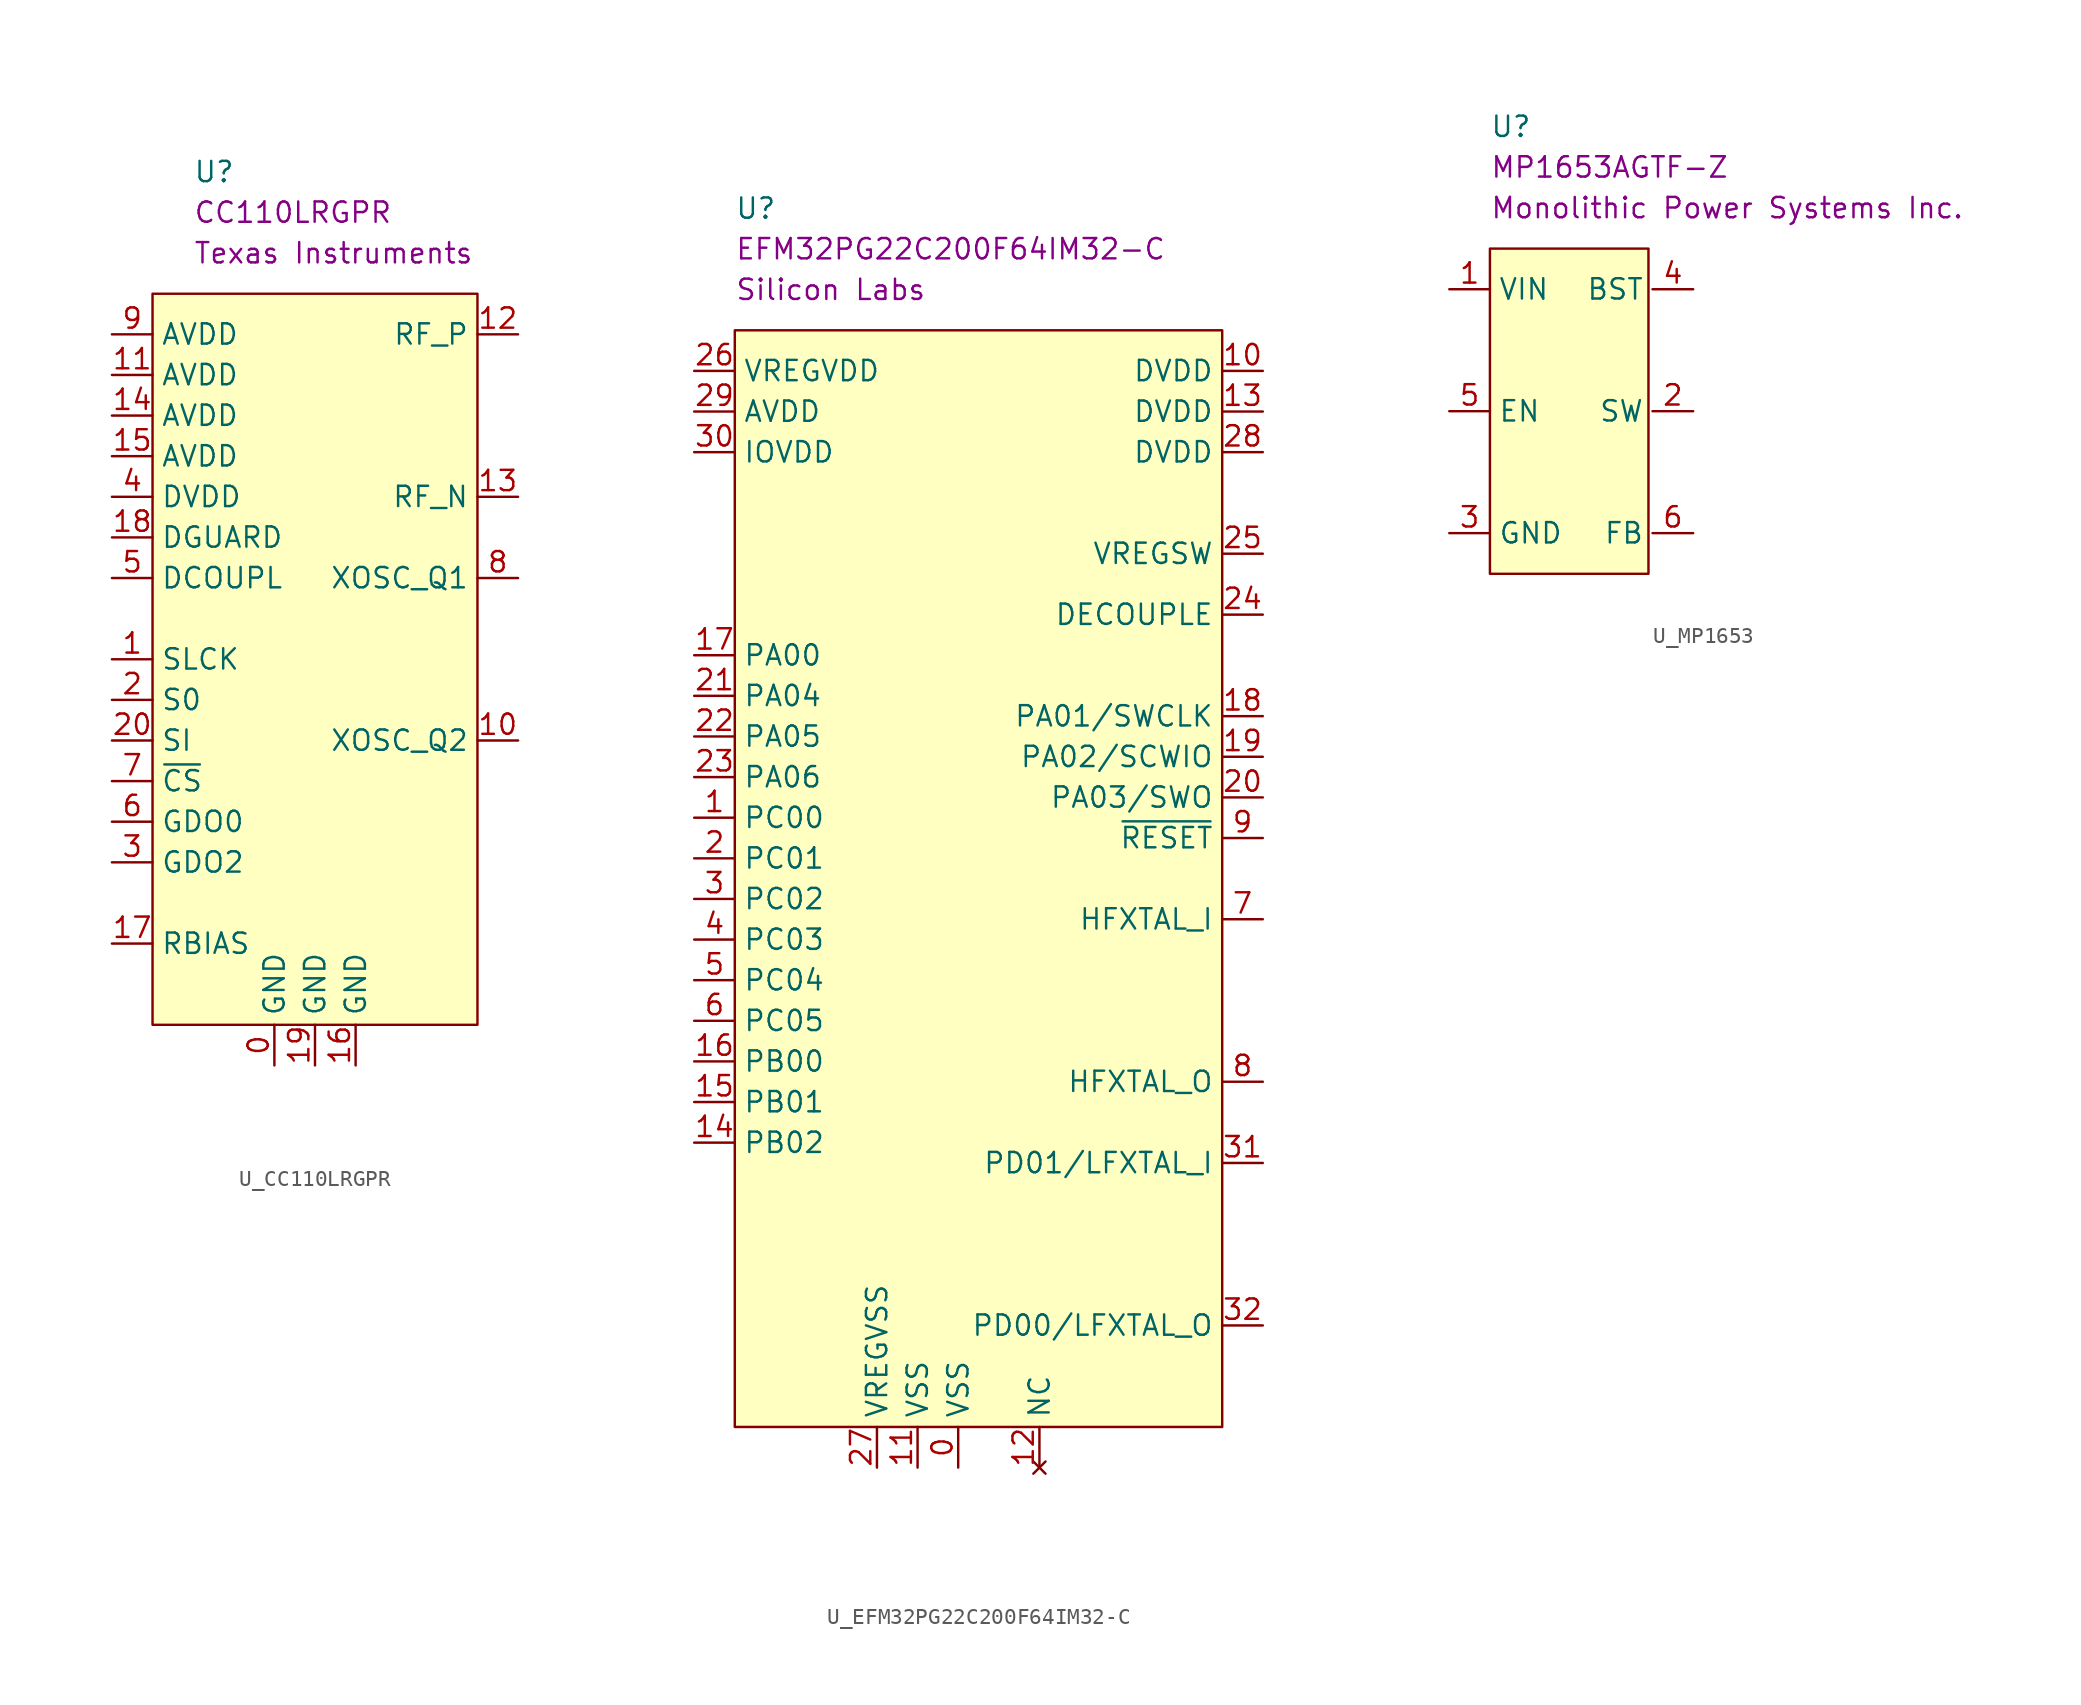
<source format=kicad_sym>
(kicad_symbol_lib
  (version 20231120)
  (generator "kicad_symbol_editor")
  (generator_version "8.0")
  (symbol "U_CC110LRGPR"
    (property "Reference" "U"
      (at -7.62 33.02 0)
      (effects (font (size 1.27 1.27)) (justify left)))
    (property "Manufacturer" "Texas Instruments"
      (at -7.62 27.94 0)
      (effects (font (size 1.27 1.27)) (justify left)))
    (property "Manufacturer Part Number" "CC110LRGPR"
      (at -7.62 30.48 0)
      (effects (font (size 1.27 1.27)) (justify left)))
    (symbol "U_CC110LRGPR_0_0"
      (pin input line (at -12.7 2.54 0) (length 2.54) (name "SLCK" (effects (font (size 1.27 1.27)))) (number "1" (effects (font (size 1.27 1.27)))))
      (pin input line (at -12.7 20.32 0) (length 2.54) (name "AVDD" (effects (font (size 1.27 1.27)))) (number "11" (effects (font (size 1.27 1.27)))))
      (pin passive line (at 12.7 22.86 180) (length 2.54) (name "RF_P" (effects (font (size 1.27 1.27)))) (number "12" (effects (font (size 1.27 1.27)))))
      (pin passive line (at 12.7 12.7 180) (length 2.54) (name "RF_N" (effects (font (size 1.27 1.27)))) (number "13" (effects (font (size 1.27 1.27)))))
      (pin input line (at -12.7 17.78 0) (length 2.54) (name "AVDD" (effects (font (size 1.27 1.27)))) (number "14" (effects (font (size 1.27 1.27)))))
      (pin input line (at -12.7 15.24 0) (length 2.54) (name "AVDD" (effects (font (size 1.27 1.27)))) (number "15" (effects (font (size 1.27 1.27)))))
      (pin passive line (at -12.7 -15.24 0) (length 2.54) (name "RBIAS" (effects (font (size 1.27 1.27)))) (number "17" (effects (font (size 1.27 1.27)))))
      (pin passive line (at -12.7 10.16 0) (length 2.54) (name "DGUARD" (effects (font (size 1.27 1.27)))) (number "18" (effects (font (size 1.27 1.27)))))
      (pin tri_state line (at -12.7 0 0) (length 2.54) (name "S0" (effects (font (size 1.27 1.27)))) (number "2" (effects (font (size 1.27 1.27)))))
      (pin input line (at -12.7 -2.54 0) (length 2.54) (name "SI" (effects (font (size 1.27 1.27)))) (number "20" (effects (font (size 1.27 1.27)))))
      (pin output line (at -12.7 -10.16 0) (length 2.54) (name "GDO2" (effects (font (size 1.27 1.27)))) (number "3" (effects (font (size 1.27 1.27)))))
      (pin input line (at -12.7 12.7 0) (length 2.54) (name "DVDD" (effects (font (size 1.27 1.27)))) (number "4" (effects (font (size 1.27 1.27)))))
      (pin passive line (at -12.7 7.62 0) (length 2.54) (name "DCOUPL" (effects (font (size 1.27 1.27)))) (number "5" (effects (font (size 1.27 1.27)))))
      (pin output line (at -12.7 -7.62 0) (length 2.54) (name "GDO0" (effects (font (size 1.27 1.27)))) (number "6" (effects (font (size 1.27 1.27)))))
      (pin passive line (at 12.7 7.62 180) (length 2.54) (name "XOSC_Q1" (effects (font (size 1.27 1.27)))) (number "8" (effects (font (size 1.27 1.27)))))
      (pin input line (at -12.7 22.86 0) (length 2.54) (name "AVDD" (effects (font (size 1.27 1.27)))) (number "9" (effects (font (size 1.27 1.27))))))
    (symbol "U_CC110LRGPR_1_0"
      (pin power_in line (at -2.54 -22.86 90) (length 2.54) (name "GND" (effects (font (size 1.27 1.27)))) (number "0" (effects (font (size 1.27 1.27)))))
      (pin passive line (at 12.7 -2.54 180) (length 2.54) (name "XOSC_Q2" (effects (font (size 1.27 1.27)))) (number "10" (effects (font (size 1.27 1.27)))))
      (pin power_in line (at 2.54 -22.86 90) (length 2.54) (name "GND" (effects (font (size 1.27 1.27)))) (number "16" (effects (font (size 1.27 1.27)))))
      (pin power_in line (at 0 -22.86 90) (length 2.54) (name "GND" (effects (font (size 1.27 1.27)))) (number "19" (effects (font (size 1.27 1.27)))))
      (pin input line (at -12.7 -5.08 0) (length 2.54) (name "~{CS}" (effects (font (size 1.27 1.27)))) (number "7" (effects (font (size 1.27 1.27))))))
    (symbol "U_CC110LRGPR_1_1"
      (rectangle (start -10.16 25.4) (end 10.16 -20.32) (stroke (width 0) (type default)) (fill (type background)))))
  (symbol "U_EFM32PG22C200F64IM32-C"
    (property "Reference" "U"
      (at -15.24 40.64 0)
      (effects (font (size 1.27 1.27)) (justify left)))
    (property "Manufacturer" "Silicon Labs"
      (at -15.24 35.56 0)
      (effects (font (size 1.27 1.27)) (justify left)))
    (property "Manufacturer Part Number" "EFM32PG22C200F64IM32-C"
      (at -15.24 38.1 0)
      (effects (font (size 1.27 1.27)) (justify left)))
    (symbol "U_EFM32PG22C200F64IM32-C_0_0"
      (pin power_in line (at -1.27 -38.1 90) (length 2.54) (name "VSS" (effects (font (size 1.27 1.27)))) (number "0" (effects (font (size 1.27 1.27)))))
      (pin bidirectional line (at -17.78 2.54 0) (length 2.54) (name "PC00" (effects (font (size 1.27 1.27)))) (number "1" (effects (font (size 1.27 1.27)))))
      (pin input line (at 17.78 30.48 180) (length 2.54) (name "DVDD" (effects (font (size 1.27 1.27)))) (number "10" (effects (font (size 1.27 1.27)))))
      (pin power_in line (at -3.81 -38.1 90) (length 2.54) (name "VSS" (effects (font (size 1.27 1.27)))) (number "11" (effects (font (size 1.27 1.27)))))
      (pin input line (at 17.78 27.94 180) (length 2.54) (name "DVDD" (effects (font (size 1.27 1.27)))) (number "13" (effects (font (size 1.27 1.27)))))
      (pin bidirectional line (at -17.78 -17.78 0) (length 2.54) (name "PB02" (effects (font (size 1.27 1.27)))) (number "14" (effects (font (size 1.27 1.27)))))
      (pin bidirectional line (at -17.78 -15.24 0) (length 2.54) (name "PB01" (effects (font (size 1.27 1.27)))) (number "15" (effects (font (size 1.27 1.27)))))
      (pin bidirectional line (at -17.78 -12.7 0) (length 2.54) (name "PB00" (effects (font (size 1.27 1.27)))) (number "16" (effects (font (size 1.27 1.27)))))
      (pin bidirectional line (at -17.78 12.7 0) (length 2.54) (name "PA00" (effects (font (size 1.27 1.27)))) (number "17" (effects (font (size 1.27 1.27)))))
      (pin bidirectional line (at 17.78 8.89 180) (length 2.54) (name "PA01/SWCLK" (effects (font (size 1.27 1.27)))) (number "18" (effects (font (size 1.27 1.27)))))
      (pin bidirectional line (at 17.78 6.35 180) (length 2.54) (name "PA02/SCWIO" (effects (font (size 1.27 1.27)))) (number "19" (effects (font (size 1.27 1.27)))))
      (pin bidirectional line (at -17.78 0 0) (length 2.54) (name "PC01" (effects (font (size 1.27 1.27)))) (number "2" (effects (font (size 1.27 1.27)))))
      (pin bidirectional line (at 17.78 3.81 180) (length 2.54) (name "PA03/SWO" (effects (font (size 1.27 1.27)))) (number "20" (effects (font (size 1.27 1.27)))))
      (pin bidirectional line (at -17.78 10.16 0) (length 2.54) (name "PA04" (effects (font (size 1.27 1.27)))) (number "21" (effects (font (size 1.27 1.27)))))
      (pin bidirectional line (at -17.78 7.62 0) (length 2.54) (name "PA05" (effects (font (size 1.27 1.27)))) (number "22" (effects (font (size 1.27 1.27)))))
      (pin bidirectional line (at -17.78 5.08 0) (length 2.54) (name "PA06" (effects (font (size 1.27 1.27)))) (number "23" (effects (font (size 1.27 1.27)))))
      (pin passive line (at 17.78 15.24 180) (length 2.54) (name "DECOUPLE" (effects (font (size 1.27 1.27)))) (number "24" (effects (font (size 1.27 1.27)))))
      (pin output line (at 17.78 19.05 180) (length 2.54) (name "VREGSW" (effects (font (size 1.27 1.27)))) (number "25" (effects (font (size 1.27 1.27)))))
      (pin input line (at -17.78 30.48 0) (length 2.54) (name "VREGVDD" (effects (font (size 1.27 1.27)))) (number "26" (effects (font (size 1.27 1.27)))))
      (pin power_in line (at -6.35 -38.1 90) (length 2.54) (name "VREGVSS" (effects (font (size 1.27 1.27)))) (number "27" (effects (font (size 1.27 1.27)))))
      (pin input line (at 17.78 25.4 180) (length 2.54) (name "DVDD" (effects (font (size 1.27 1.27)))) (number "28" (effects (font (size 1.27 1.27)))))
      (pin input line (at -17.78 27.94 0) (length 2.54) (name "AVDD" (effects (font (size 1.27 1.27)))) (number "29" (effects (font (size 1.27 1.27)))))
      (pin bidirectional line (at -17.78 -2.54 0) (length 2.54) (name "PC02" (effects (font (size 1.27 1.27)))) (number "3" (effects (font (size 1.27 1.27)))))
      (pin input line (at -17.78 25.4 0) (length 2.54) (name "IOVDD" (effects (font (size 1.27 1.27)))) (number "30" (effects (font (size 1.27 1.27)))))
      (pin bidirectional line (at 17.78 -19.05 180) (length 2.54) (name "PD01/LFXTAL_I" (effects (font (size 1.27 1.27)))) (number "31" (effects (font (size 1.27 1.27)))))
      (pin bidirectional line (at 17.78 -29.21 180) (length 2.54) (name "PD00/LFXTAL_O" (effects (font (size 1.27 1.27)))) (number "32" (effects (font (size 1.27 1.27)))))
      (pin bidirectional line (at -17.78 -5.08 0) (length 2.54) (name "PC03" (effects (font (size 1.27 1.27)))) (number "4" (effects (font (size 1.27 1.27)))))
      (pin bidirectional line (at -17.78 -7.62 0) (length 2.54) (name "PC04" (effects (font (size 1.27 1.27)))) (number "5" (effects (font (size 1.27 1.27)))))
      (pin bidirectional line (at -17.78 -10.16 0) (length 2.54) (name "PC05" (effects (font (size 1.27 1.27)))) (number "6" (effects (font (size 1.27 1.27)))))
      (pin passive line (at 17.78 -3.81 180) (length 2.54) (name "HFXTAL_I" (effects (font (size 1.27 1.27)))) (number "7" (effects (font (size 1.27 1.27)))))
      (pin passive line (at 17.78 -13.97 180) (length 2.54) (name "HFXTAL_O" (effects (font (size 1.27 1.27)))) (number "8" (effects (font (size 1.27 1.27)))))
      (pin input line (at 17.78 1.27 180) (length 2.54) (name "~{RESET}" (effects (font (size 1.27 1.27)))) (number "9" (effects (font (size 1.27 1.27))))))
    (symbol "U_EFM32PG22C200F64IM32-C_1_0"
      (pin no_connect line (at 3.81 -38.1 90) (length 2.54) (name "NC" (effects (font (size 1.27 1.27)))) (number "12" (effects (font (size 1.27 1.27))))))
    (symbol "U_EFM32PG22C200F64IM32-C_1_1"
      (rectangle (start -15.24 33.02) (end 15.24 -35.56) (stroke (width 0) (type default)) (fill (type background)))))
  (symbol "U_MP1653"
    (property "Reference" "U"
      (at -5.08 17.78 0)
      (effects (font (size 1.27 1.27)) (justify left)))
    (property "Manufacturer" "Monolithic Power Systems Inc."
      (at -5.08 12.7 0)
      (effects (font (size 1.27 1.27)) (justify left)))
    (property "Manufacturer Part Number" "MP1653AGTF-Z"
      (at -5.08 15.24 0)
      (effects (font (size 1.27 1.27)) (justify left)))
    (symbol "U_MP1653_1_0"
      (pin input line (at -7.62 7.62 0) (length 2.54) (name "VIN" (effects (font (size 1.27 1.27)))) (number "1" (effects (font (size 1.27 1.27)))))
      (pin passive line (at 7.62 0 180) (length 2.54) (name "SW" (effects (font (size 1.27 1.27)))) (number "2" (effects (font (size 1.27 1.27)))))
      (pin power_in line (at -7.62 -7.62 0) (length 2.54) (name "GND" (effects (font (size 1.27 1.27)))) (number "3" (effects (font (size 1.27 1.27)))))
      (pin passive line (at 7.62 7.62 180) (length 2.54) (name "BST" (effects (font (size 1.27 1.27)))) (number "4" (effects (font (size 1.27 1.27)))))
      (pin input line (at -7.62 0 0) (length 2.54) (name "EN" (effects (font (size 1.27 1.27)))) (number "5" (effects (font (size 1.27 1.27)))))
      (pin input line (at 7.62 -7.62 180) (length 2.54) (name "FB" (effects (font (size 1.27 1.27)))) (number "6" (effects (font (size 1.27 1.27))))))
    (symbol "U_MP1653_1_1"
      (rectangle (start -5.08 10.16) (end 4.826 -10.16) (stroke (width 0) (type default)) (fill (type background))))))
</source>
